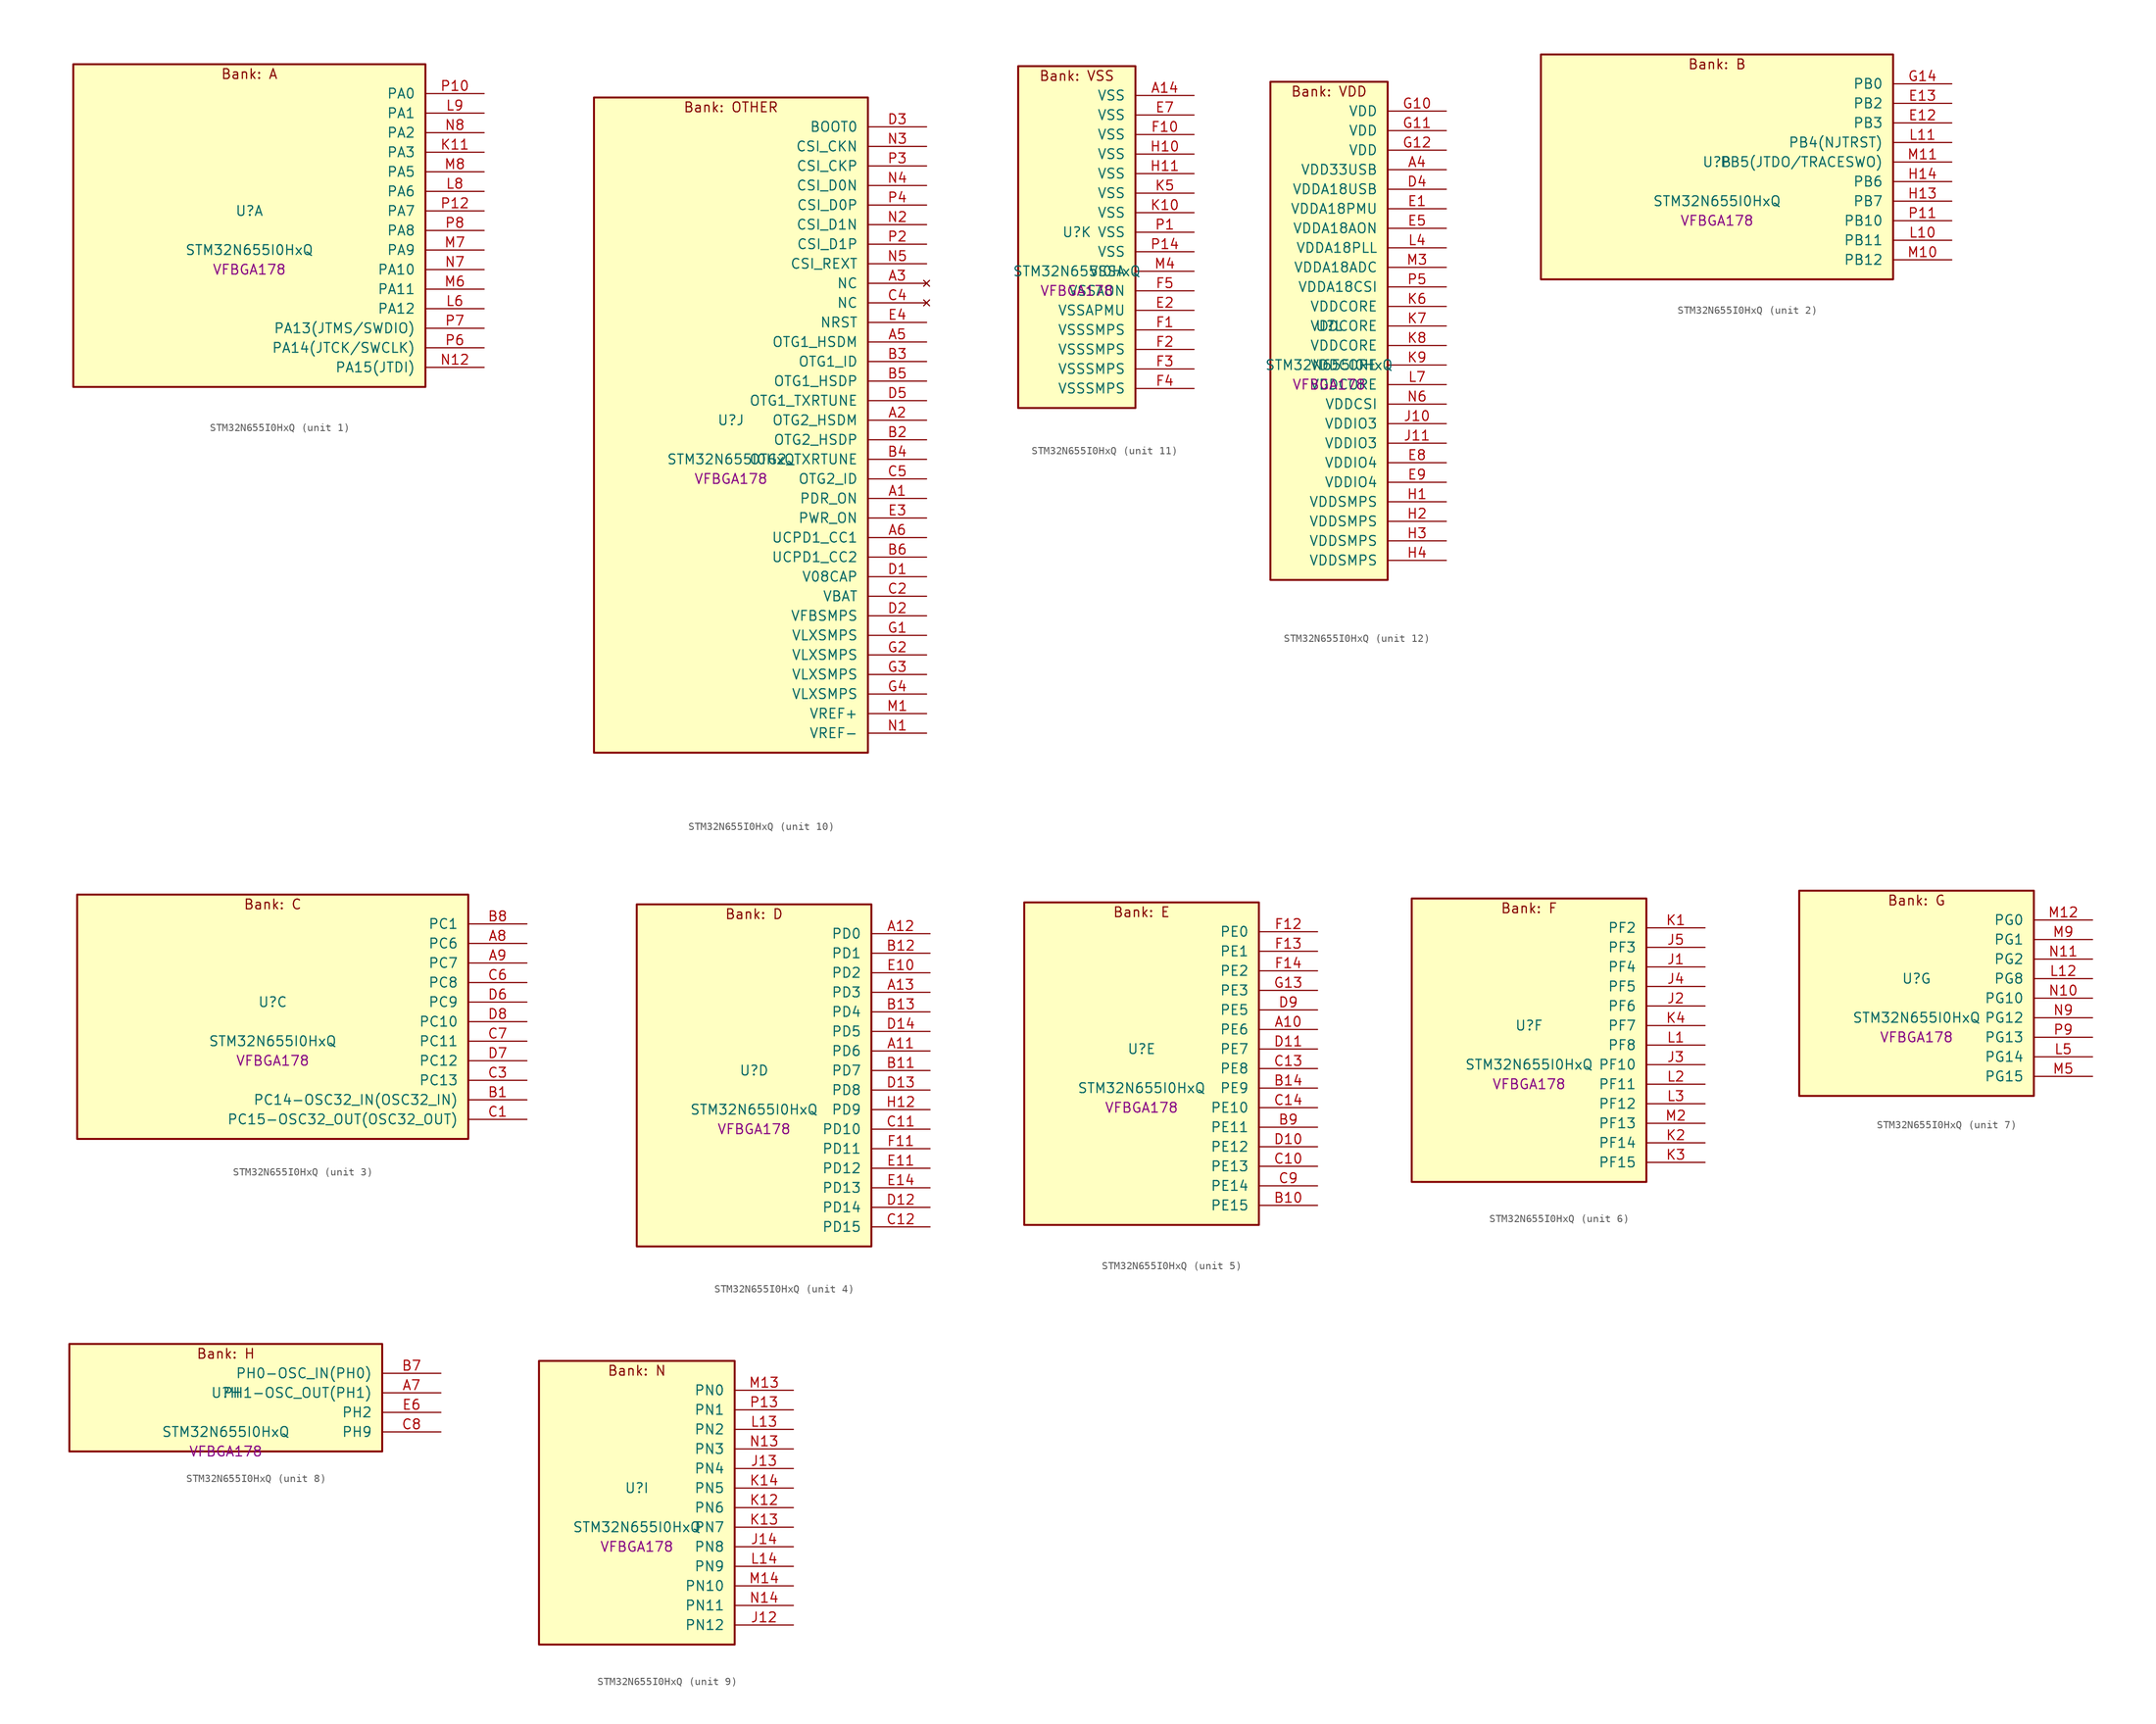
<source format=kicad_sym>
(kicad_symbol_lib
  (version 20241209)
  (generator "stm32_pkl_generator")
  (generator_version "1.0")
  (symbol "STM32N655I0HxQ"
    (pin_names
      (offset 1.27))
    (property "Reference" "U"
      (at 0 2.54 0))
    (property "Value" "STM32N655I0HxQ"
      (at 0 -2.54 0))
    (property "Footprint" "VFBGA178"
      (at 0 -5.08 0))
    (symbol "STM32N655I0HxQ_1_1"
      (rectangle (start -22.86 21.59) (end 22.86 -20.32) (stroke (width 0.254) (type solid)) (fill (type background)))
      (text "Bank: A" (at 0 20.32 0))
      (pin bidirectional line (at 30.48 17.78 180) (length 7.62) (name "PA0") (number "P10") (alternate "PA0/ADC1_INN1" bidirectional line) (alternate "PA0/ADC1_INP0" bidirectional line) (alternate "PA0/ADC2_INN1" bidirectional line) (alternate "PA0/ADC2_INP0" bidirectional line) (alternate "PA0/FMC_D7" bidirectional line) (alternate "PA0/FMC_DA7" bidirectional line) (alternate "PA0/HDP_HDP0" bidirectional line) (alternate "PA0/I2S6_WS" bidirectional line) (alternate "PA0/LTDC_G3" bidirectional line) (alternate "PA0/PWR_WKUP1" bidirectional line) (alternate "PA0/SAI2_SD_B" bidirectional line) (alternate "PA0/SPI6_NSS" bidirectional line) (alternate "PA0/TIM15_BKIN" bidirectional line) (alternate "PA0/TIM2_CH1" bidirectional line) (alternate "PA0/TIM5_CH1" bidirectional line) (alternate "PA0/TIM9_CH1" bidirectional line) (alternate "PA0/UART4_TX" bidirectional line) (alternate "PA0/USART2_CTS" bidirectional line) (alternate "PA0/USART2_NSS" bidirectional line))
      (pin bidirectional line (at 30.48 15.24 180) (length 7.62) (name "PA1") (number "L9") (alternate "PA1/ADC1_INP1" bidirectional line) (alternate "PA1/ADC2_INP1" bidirectional line) (alternate "PA1/DCMIPP_D0" bidirectional line) (alternate "PA1/DCMI_D0" bidirectional line) (alternate "PA1/FMC_D6" bidirectional line) (alternate "PA1/FMC_DA6" bidirectional line) (alternate "PA1/HDP_HDP1" bidirectional line) (alternate "PA1/LPTIM3_IN1" bidirectional line) (alternate "PA1/LTDC_G2" bidirectional line) (alternate "PA1/PSSI_D0" bidirectional line) (alternate "PA1/SAI2_MCLK_B" bidirectional line) (alternate "PA1/TIM15_CH1N" bidirectional line) (alternate "PA1/TIM2_CH2" bidirectional line) (alternate "PA1/TIM5_CH2" bidirectional line) (alternate "PA1/UART4_RX" bidirectional line) (alternate "PA1/USART2_RTS" bidirectional line))
      (pin bidirectional line (at 30.48 12.7 180) (length 7.62) (name "PA2") (number "N8") (alternate "PA2/ADC1_INP14" bidirectional line) (alternate "PA2/ADC2_INP14" bidirectional line) (alternate "PA2/FMC_D5" bidirectional line) (alternate "PA2/FMC_DA5" bidirectional line) (alternate "PA2/HDP_HDP2" bidirectional line) (alternate "PA2/LPTIM3_IN2" bidirectional line) (alternate "PA2/LTDC_B7" bidirectional line) (alternate "PA2/MDIOS_MDIO" bidirectional line) (alternate "PA2/PWR_WKUP2" bidirectional line) (alternate "PA2/SAI2_SCK_B" bidirectional line) (alternate "PA2/TIM15_CH1" bidirectional line) (alternate "PA2/TIM2_CH3" bidirectional line) (alternate "PA2/TIM5_CH3" bidirectional line) (alternate "PA2/USART2_TX" bidirectional line))
      (pin bidirectional line (at 30.48 10.16 180) (length 7.62) (name "PA3") (number "K11") (alternate "PA3/FMC_A17" bidirectional line) (alternate "PA3/FMC_ALE" bidirectional line) (alternate "PA3/SAI1_SD_B" bidirectional line) (alternate "PA3/SPI5_NSS" bidirectional line) (alternate "PA3/TIM16_CH1" bidirectional line) (alternate "PA3/UART7_RX" bidirectional line))
      (pin bidirectional line (at 30.48 7.62 180) (length 7.62) (name "PA5") (number "M8") (alternate "PA5/ADC2_INP18" bidirectional line) (alternate "PA5/DCMIPP_D8" bidirectional line) (alternate "PA5/DCMI_D8" bidirectional line) (alternate "PA5/FMC_NOE" bidirectional line) (alternate "PA5/HDP_HDP5" bidirectional line) (alternate "PA5/I2S1_CK" bidirectional line) (alternate "PA5/I2S6_CK" bidirectional line) (alternate "PA5/I3C1_SCL" bidirectional line) (alternate "PA5/LTDC_CLK" bidirectional line) (alternate "PA5/PSSI_D8" bidirectional line) (alternate "PA5/PWR_CSTOP" bidirectional line) (alternate "PA5/SPI1_SCK" bidirectional line) (alternate "PA5/SPI6_SCK" bidirectional line) (alternate "PA5/TIM10_CH1" bidirectional line) (alternate "PA5/TIM2_CH1" bidirectional line) (alternate "PA5/TIM2_ETR" bidirectional line) (alternate "PA5/TIM9_CH2" bidirectional line))
      (pin bidirectional line (at 30.48 5.08 180) (length 7.62) (name "PA6") (number "L8") (alternate "PA6/ADC1_INP3" bidirectional line) (alternate "PA6/ADC2_INP3" bidirectional line) (alternate "PA6/BOOT1" bidirectional line) (alternate "PA6/DCMIPP_PIXCLK" bidirectional line) (alternate "PA6/DCMI_PIXCLK" bidirectional line) (alternate "PA6/HDP_HDP6" bidirectional line) (alternate "PA6/I2S1_SDI" bidirectional line) (alternate "PA6/I2S6_SDI" bidirectional line) (alternate "PA6/I3C1_SDA" bidirectional line) (alternate "PA6/LPTIM3_ETR" bidirectional line) (alternate "PA6/LTDC_B7" bidirectional line) (alternate "PA6/LTDC_HSYNC" bidirectional line) (alternate "PA6/MDIOS_MDC" bidirectional line) (alternate "PA6/PSSI_PDCK" bidirectional line) (alternate "PA6/SPI1_MISO" bidirectional line) (alternate "PA6/SPI6_MISO" bidirectional line) (alternate "PA6/TIM13_CH1" bidirectional line) (alternate "PA6/TIM1_BKIN" bidirectional line) (alternate "PA6/TIM3_CH1" bidirectional line))
      (pin bidirectional line (at 30.48 2.54 180) (length 7.62) (name "PA7") (number "P12") (alternate "PA7/HDP_HDP7" bidirectional line) (alternate "PA7/I2S1_SDO" bidirectional line) (alternate "PA7/I2S6_SDO" bidirectional line) (alternate "PA7/LTDC_B1" bidirectional line) (alternate "PA7/LTDC_R4" bidirectional line) (alternate "PA7/SPI1_MOSI" bidirectional line) (alternate "PA7/SPI6_MOSI" bidirectional line) (alternate "PA7/TIM14_CH1" bidirectional line) (alternate "PA7/TIM1_CH1N" bidirectional line) (alternate "PA7/TIM3_CH2" bidirectional line) (alternate "PA7/USART1_RX" bidirectional line))
      (pin bidirectional line (at 30.48 0 180) (length 7.62) (name "PA8") (number "P8") (alternate "PA8/ADC1_INP5" bidirectional line) (alternate "PA8/ADC2_INP5" bidirectional line) (alternate "PA8/FMC_D4" bidirectional line) (alternate "PA8/FMC_DA4" bidirectional line) (alternate "PA8/HDP_HDP0" bidirectional line) (alternate "PA8/I2C3_SCL" bidirectional line) (alternate "PA8/I3C2_SCL" bidirectional line) (alternate "PA8/LTDC_B6" bidirectional line) (alternate "PA8/RCC_MCO_1" bidirectional line) (alternate "PA8/TIM11_CH1" bidirectional line) (alternate "PA8/TIM1_CH1" bidirectional line) (alternate "PA8/UART7_RX" bidirectional line) (alternate "PA8/USART1_CK" bidirectional line))
      (pin bidirectional line (at 30.48 -2.54 180) (length 7.62) (name "PA9") (number "M7") (alternate "PA9/ADC1_INP10" bidirectional line) (alternate "PA9/ADC2_INP10" bidirectional line) (alternate "PA9/DCMIPP_D0" bidirectional line) (alternate "PA9/DCMI_D0" bidirectional line) (alternate "PA9/FMC_D3" bidirectional line) (alternate "PA9/FMC_DA3" bidirectional line) (alternate "PA9/HDP_HDP1" bidirectional line) (alternate "PA9/I2C3_SDA" bidirectional line) (alternate "PA9/I2S2_CK" bidirectional line) (alternate "PA9/I3C2_SDA" bidirectional line) (alternate "PA9/LPUART1_TX" bidirectional line) (alternate "PA9/LTDC_B5" bidirectional line) (alternate "PA9/PSSI_D0" bidirectional line) (alternate "PA9/SPI2_SCK" bidirectional line) (alternate "PA9/TIM1_CH2" bidirectional line) (alternate "PA9/USART1_TX" bidirectional line))
      (pin bidirectional line (at 30.48 -5.08 180) (length 7.62) (name "PA10") (number "N7") (alternate "PA10/ADC1_INN10" bidirectional line) (alternate "PA10/ADC1_INP11" bidirectional line) (alternate "PA10/ADC2_INN10" bidirectional line) (alternate "PA10/ADC2_INP11" bidirectional line) (alternate "PA10/DCMIPP_D1" bidirectional line) (alternate "PA10/DCMI_D1" bidirectional line) (alternate "PA10/FMC_D2" bidirectional line) (alternate "PA10/FMC_DA2" bidirectional line) (alternate "PA10/HDP_HDP2" bidirectional line) (alternate "PA10/LPUART1_RX" bidirectional line) (alternate "PA10/LTDC_B4" bidirectional line) (alternate "PA10/MDIOS_MDIO" bidirectional line) (alternate "PA10/PSSI_D1" bidirectional line) (alternate "PA10/PWR_CSLEEP" bidirectional line) (alternate "PA10/TIM1_CH3" bidirectional line) (alternate "PA10/USART1_RX" bidirectional line))
      (pin bidirectional line (at 30.48 -7.62 180) (length 7.62) (name "PA11") (number "M6") (alternate "PA11/ADC1_EXTI11" bidirectional line) (alternate "PA11/ADC1_INN11" bidirectional line) (alternate "PA11/ADC1_INP12" bidirectional line) (alternate "PA11/ADC2_EXTI11" bidirectional line) (alternate "PA11/ADC2_INN11" bidirectional line) (alternate "PA11/ADC2_INP12" bidirectional line) (alternate "PA11/FDCAN1_RX" bidirectional line) (alternate "PA11/FMC_D1" bidirectional line) (alternate "PA11/FMC_DA1" bidirectional line) (alternate "PA11/HDP_HDP3" bidirectional line) (alternate "PA11/I2S2_WS" bidirectional line) (alternate "PA11/LPUART1_CTS" bidirectional line) (alternate "PA11/LTDC_B3" bidirectional line) (alternate "PA11/SPI2_NSS" bidirectional line) (alternate "PA11/TIM1_CH4" bidirectional line) (alternate "PA11/UART4_RX" bidirectional line) (alternate "PA11/USART1_CTS" bidirectional line) (alternate "PA11/USART1_NSS" bidirectional line))
      (pin bidirectional line (at 30.48 -10.16 180) (length 7.62) (name "PA12") (number "L6") (alternate "PA12/ADC1_INN12" bidirectional line) (alternate "PA12/ADC1_INP13" bidirectional line) (alternate "PA12/ADC2_INN12" bidirectional line) (alternate "PA12/ADC2_INP13" bidirectional line) (alternate "PA12/FDCAN1_TX" bidirectional line) (alternate "PA12/FMC_D0" bidirectional line) (alternate "PA12/FMC_DA0" bidirectional line) (alternate "PA12/HDP_HDP4" bidirectional line) (alternate "PA12/I2S2_CK" bidirectional line) (alternate "PA12/LPUART1_RTS" bidirectional line) (alternate "PA12/LTDC_B2" bidirectional line) (alternate "PA12/SAI2_FS_B" bidirectional line) (alternate "PA12/SPI2_SCK" bidirectional line) (alternate "PA12/TIM1_ETR" bidirectional line) (alternate "PA12/UART4_TX" bidirectional line) (alternate "PA12/USART1_RTS" bidirectional line))
      (pin bidirectional line (at 30.48 -12.7 180) (length 7.62) (name "PA13(JTMS/SWDIO)") (number "P7") (alternate "PA13(JTMS/SWDIO)/DEBUG_JTMS-SWDIO" bidirectional line) (alternate "PA13(JTMS/SWDIO)/HDP_HDP5" bidirectional line))
      (pin bidirectional line (at 30.48 -15.24 180) (length 7.62) (name "PA14(JTCK/SWCLK)") (number "P6") (alternate "PA14(JTCK/SWCLK)/DEBUG_JTCK-SWCLK" bidirectional line) (alternate "PA14(JTCK/SWCLK)/HDP_HDP6" bidirectional line))
      (pin bidirectional line (at 30.48 -17.78 180) (length 7.62) (name "PA15(JTDI)") (number "N12") (alternate "PA15(JTDI)/ADC1_EXTI15" bidirectional line) (alternate "PA15(JTDI)/ADC2_EXTI15" bidirectional line) (alternate "PA15(JTDI)/DEBUG_JTDI" bidirectional line) (alternate "PA15(JTDI)/FMC_D15" bidirectional line) (alternate "PA15(JTDI)/FMC_DA15" bidirectional line) (alternate "PA15(JTDI)/HDP_HDP7" bidirectional line) (alternate "PA15(JTDI)/I2S1_WS" bidirectional line) (alternate "PA15(JTDI)/I2S3_WS" bidirectional line) (alternate "PA15(JTDI)/I2S6_WS" bidirectional line) (alternate "PA15(JTDI)/LTDC_R5" bidirectional line) (alternate "PA15(JTDI)/SPI1_NSS" bidirectional line) (alternate "PA15(JTDI)/SPI3_NSS" bidirectional line) (alternate "PA15(JTDI)/SPI6_NSS" bidirectional line) (alternate "PA15(JTDI)/TIM2_CH1" bidirectional line) (alternate "PA15(JTDI)/TIM2_ETR" bidirectional line) (alternate "PA15(JTDI)/UART4_DE" bidirectional line) (alternate "PA15(JTDI)/UART4_RTS" bidirectional line) (alternate "PA15(JTDI)/UART7_TX" bidirectional line)))
    (symbol "STM32N655I0HxQ_2_1"
      (rectangle (start -22.86 16.51) (end 22.86 -12.7) (stroke (width 0.254) (type solid)) (fill (type background)))
      (text "Bank: B" (at 0 15.24 0))
      (pin bidirectional line (at 30.48 12.7 180) (length 7.62) (name "PB0") (number "G14") (alternate "PB0/ADF1_SDI0" bidirectional line) (alternate "PB0/DCMIPP_D4" bidirectional line) (alternate "PB0/DCMI_D4" bidirectional line) (alternate "PB0/DEBUG_TRACED1" bidirectional line) (alternate "PB0/FMC_D13" bidirectional line) (alternate "PB0/FMC_DA13" bidirectional line) (alternate "PB0/MDF1_SDI2" bidirectional line) (alternate "PB0/PSSI_D4" bidirectional line) (alternate "PB0/SAI1_D2" bidirectional line) (alternate "PB0/SAI1_FS_A" bidirectional line) (alternate "PB0/SPI4_NSS" bidirectional line) (alternate "PB0/TIM15_CH1N" bidirectional line) (alternate "PB0/TIM1_CH4" bidirectional line))
      (pin bidirectional line (at 30.48 10.16 180) (length 7.62) (name "PB2") (number "E13") (alternate "PB2/ADF1_SDI0" bidirectional line) (alternate "PB2/FMC_D2" bidirectional line) (alternate "PB2/FMC_DA2" bidirectional line) (alternate "PB2/HDP_HDP2" bidirectional line) (alternate "PB2/I2S3_SDO" bidirectional line) (alternate "PB2/LTDC_B2" bidirectional line) (alternate "PB2/MDF1_SDI1" bidirectional line) (alternate "PB2/RTC_OUT2" bidirectional line) (alternate "PB2/SAI1_D1" bidirectional line) (alternate "PB2/SAI1_SD_A" bidirectional line) (alternate "PB2/SPI3_MOSI" bidirectional line) (alternate "PB2/TIM1_CH1" bidirectional line))
      (pin bidirectional line (at 30.48 7.62 180) (length 7.62) (name "PB3") (number "E12") (alternate "PB3/DEBUG_JTDO-SWO" bidirectional line) (alternate "PB3/DEBUG_TRACECLK" bidirectional line) (alternate "PB3/FMC_A23" bidirectional line) (alternate "PB3/FMC_NBL1" bidirectional line) (alternate "PB3/GFXTIM_FCKCAL" bidirectional line) (alternate "PB3/GFXTIM_LCKCAL" bidirectional line) (alternate "PB3/HDP_HDP0" bidirectional line) (alternate "PB3/MDF1_CKI1" bidirectional line) (alternate "PB3/SAI2_FS_B" bidirectional line) (alternate "PB3/TIM1_CH4N" bidirectional line) (alternate "PB3/USART1_CK" bidirectional line))
      (pin bidirectional line (at 30.48 5.08 180) (length 7.62) (name "PB4(NJTRST)") (number "L11") (alternate "PB4(NJTRST)/DCMIPP_VSYNC" bidirectional line) (alternate "PB4(NJTRST)/DCMI_VSYNC" bidirectional line) (alternate "PB4(NJTRST)/DEBUG_NJTRST" bidirectional line) (alternate "PB4(NJTRST)/FMC_D13" bidirectional line) (alternate "PB4(NJTRST)/FMC_DA13" bidirectional line) (alternate "PB4(NJTRST)/HDP_HDP4" bidirectional line) (alternate "PB4(NJTRST)/I2S1_SDI" bidirectional line) (alternate "PB4(NJTRST)/I2S2_WS" bidirectional line) (alternate "PB4(NJTRST)/I2S3_SDI" bidirectional line) (alternate "PB4(NJTRST)/I2S6_SDI" bidirectional line) (alternate "PB4(NJTRST)/LTDC_R3" bidirectional line) (alternate "PB4(NJTRST)/PSSI_RDY" bidirectional line) (alternate "PB4(NJTRST)/SPI1_MISO" bidirectional line) (alternate "PB4(NJTRST)/SPI2_NSS" bidirectional line) (alternate "PB4(NJTRST)/SPI3_MISO" bidirectional line) (alternate "PB4(NJTRST)/SPI6_MISO" bidirectional line) (alternate "PB4(NJTRST)/TIM16_BKIN" bidirectional line) (alternate "PB4(NJTRST)/TIM3_CH1" bidirectional line) (alternate "PB4(NJTRST)/UART7_TX" bidirectional line))
      (pin bidirectional line (at 30.48 2.54 180) (length 7.62) (name "PB5(JTDO/TRACESWO)") (number "M11") (alternate "PB5(JTDO/TRACESWO)/DCMIPP_D10" bidirectional line) (alternate "PB5(JTDO/TRACESWO)/DCMI_D10" bidirectional line) (alternate "PB5(JTDO/TRACESWO)/DEBUG_JTDO-SWO" bidirectional line) (alternate "PB5(JTDO/TRACESWO)/FDCAN2_RX" bidirectional line) (alternate "PB5(JTDO/TRACESWO)/FMC_D12" bidirectional line) (alternate "PB5(JTDO/TRACESWO)/FMC_DA12" bidirectional line) (alternate "PB5(JTDO/TRACESWO)/HDP_HDP5" bidirectional line) (alternate "PB5(JTDO/TRACESWO)/I2C1_SMBA" bidirectional line) (alternate "PB5(JTDO/TRACESWO)/I2S1_SDO" bidirectional line) (alternate "PB5(JTDO/TRACESWO)/I2S3_SDO" bidirectional line) (alternate "PB5(JTDO/TRACESWO)/I2S6_SDO" bidirectional line) (alternate "PB5(JTDO/TRACESWO)/LTDC_R2" bidirectional line) (alternate "PB5(JTDO/TRACESWO)/PSSI_D10" bidirectional line) (alternate "PB5(JTDO/TRACESWO)/SPI1_MOSI" bidirectional line) (alternate "PB5(JTDO/TRACESWO)/SPI3_MOSI" bidirectional line) (alternate "PB5(JTDO/TRACESWO)/SPI6_MOSI" bidirectional line) (alternate "PB5(JTDO/TRACESWO)/TIM17_BKIN" bidirectional line) (alternate "PB5(JTDO/TRACESWO)/TIM3_CH2" bidirectional line) (alternate "PB5(JTDO/TRACESWO)/UART5_RX" bidirectional line))
      (pin bidirectional line (at 30.48 0 180) (length 7.62) (name "PB6") (number "H14") (alternate "PB6/ADF1_CCK1" bidirectional line) (alternate "PB6/DCMIPP_D6" bidirectional line) (alternate "PB6/DCMI_D6" bidirectional line) (alternate "PB6/DEBUG_TRACED2" bidirectional line) (alternate "PB6/FMC_D14" bidirectional line) (alternate "PB6/FMC_DA14" bidirectional line) (alternate "PB6/MDF1_CCK1" bidirectional line) (alternate "PB6/PSSI_D6" bidirectional line) (alternate "PB6/SAI1_CK2" bidirectional line) (alternate "PB6/SAI1_SCK_A" bidirectional line) (alternate "PB6/SPI4_MISO" bidirectional line) (alternate "PB6/TIM15_CH1" bidirectional line))
      (pin bidirectional line (at 30.48 -2.54 180) (length 7.62) (name "PB7") (number "H13") (alternate "PB7/ADF1_SDI0" bidirectional line) (alternate "PB7/DCMIPP_D7" bidirectional line) (alternate "PB7/DCMI_D7" bidirectional line) (alternate "PB7/DEBUG_TRACED3" bidirectional line) (alternate "PB7/FMC_D15" bidirectional line) (alternate "PB7/FMC_DA15" bidirectional line) (alternate "PB7/MDF1_SDI1" bidirectional line) (alternate "PB7/PSSI_D7" bidirectional line) (alternate "PB7/SAI1_D1" bidirectional line) (alternate "PB7/SAI1_SD_A" bidirectional line) (alternate "PB7/SAI2_MCLK_B" bidirectional line) (alternate "PB7/SPI4_MOSI" bidirectional line) (alternate "PB7/TIM15_CH2" bidirectional line) (alternate "PB7/TIM1_BKIN2" bidirectional line))
      (pin bidirectional line (at 30.48 -5.08 180) (length 7.62) (name "PB10") (number "P11") (alternate "PB10/ADC1_INN4" bidirectional line) (alternate "PB10/ADC1_INP8" bidirectional line) (alternate "PB10/ADC2_INN4" bidirectional line) (alternate "PB10/ADC2_INP8" bidirectional line) (alternate "PB10/FMC_D11" bidirectional line) (alternate "PB10/FMC_DA11" bidirectional line) (alternate "PB10/HDP_HDP2" bidirectional line) (alternate "PB10/I2C2_SCL" bidirectional line) (alternate "PB10/I2S2_CK" bidirectional line) (alternate "PB10/I3C2_SCL" bidirectional line) (alternate "PB10/LPTIM2_IN1" bidirectional line) (alternate "PB10/LTDC_G7" bidirectional line) (alternate "PB10/SPI2_SCK" bidirectional line) (alternate "PB10/TIM2_CH3" bidirectional line) (alternate "PB10/USART3_TX" bidirectional line))
      (pin bidirectional line (at 30.48 -7.62 180) (length 7.62) (name "PB11") (number "L10") (alternate "PB11/ADC1_EXTI11" bidirectional line) (alternate "PB11/ADC1_INP4" bidirectional line) (alternate "PB11/ADC2_EXTI11" bidirectional line) (alternate "PB11/ADC2_INP4" bidirectional line) (alternate "PB11/FMC_D10" bidirectional line) (alternate "PB11/FMC_DA10" bidirectional line) (alternate "PB11/HDP_HDP3" bidirectional line) (alternate "PB11/I2C2_SDA" bidirectional line) (alternate "PB11/I3C2_SDA" bidirectional line) (alternate "PB11/LPTIM2_ETR" bidirectional line) (alternate "PB11/LTDC_G6" bidirectional line) (alternate "PB11/TIM2_CH4" bidirectional line) (alternate "PB11/USART3_RX" bidirectional line))
      (pin bidirectional line (at 30.48 -10.16 180) (length 7.62) (name "PB12") (number "M10") (alternate "PB12/FDCAN2_RX" bidirectional line) (alternate "PB12/FMC_D9" bidirectional line) (alternate "PB12/FMC_DA9" bidirectional line) (alternate "PB12/HDP_HDP4" bidirectional line) (alternate "PB12/I2C2_SMBA" bidirectional line) (alternate "PB12/I2S2_WS" bidirectional line) (alternate "PB12/LPTIM2_IN2" bidirectional line) (alternate "PB12/LTDC_G5" bidirectional line) (alternate "PB12/SPI2_NSS" bidirectional line) (alternate "PB12/TIM1_BKIN" bidirectional line) (alternate "PB12/UART5_RX" bidirectional line) (alternate "PB12/USART3_CK" bidirectional line)))
    (symbol "STM32N655I0HxQ_3_1"
      (rectangle (start -25.4 16.51) (end 25.4 -15.24) (stroke (width 0.254) (type solid)) (fill (type background)))
      (text "Bank: C" (at 0 15.24 0))
      (pin bidirectional line (at 33.02 12.7 180) (length 7.62) (name "PC1") (number "B8") (alternate "PC1/DCMIPP_D7" bidirectional line) (alternate "PC1/DCMI_D7" bidirectional line) (alternate "PC1/FDCAN1_TX" bidirectional line) (alternate "PC1/HDP_HDP1" bidirectional line) (alternate "PC1/I2C1_SDA" bidirectional line) (alternate "PC1/I2S2_WS" bidirectional line) (alternate "PC1/I3C1_SDA" bidirectional line) (alternate "PC1/PSSI_D7" bidirectional line) (alternate "PC1/SDMMC1_CDIR" bidirectional line) (alternate "PC1/SDMMC1_D5" bidirectional line) (alternate "PC1/SPI2_NSS" bidirectional line) (alternate "PC1/TIM17_CH1" bidirectional line) (alternate "PC1/TIM4_CH4" bidirectional line) (alternate "PC1/UART4_TX" bidirectional line))
      (pin bidirectional line (at 33.02 10.16 180) (length 7.62) (name "PC6") (number "A8") (alternate "PC6/DCMIPP_D1" bidirectional line) (alternate "PC6/DCMI_D1" bidirectional line) (alternate "PC6/HDP_HDP6" bidirectional line) (alternate "PC6/I2S2_MCK" bidirectional line) (alternate "PC6/PSSI_D1" bidirectional line) (alternate "PC6/SDMMC1_D0DIR" bidirectional line) (alternate "PC6/SDMMC1_D6" bidirectional line) (alternate "PC6/TIM1_CH1" bidirectional line) (alternate "PC6/TIM3_CH1" bidirectional line) (alternate "PC6/TIM9_CH1" bidirectional line) (alternate "PC6/USART6_TX" bidirectional line))
      (pin bidirectional line (at 33.02 7.62 180) (length 7.62) (name "PC7") (number "A9") (alternate "PC7/DCMIPP_D1" bidirectional line) (alternate "PC7/DCMI_D1" bidirectional line) (alternate "PC7/DEBUG_TRGIO" bidirectional line) (alternate "PC7/HDP_HDP7" bidirectional line) (alternate "PC7/I2S3_MCK" bidirectional line) (alternate "PC7/PSSI_D1" bidirectional line) (alternate "PC7/SDMMC1_D123DIR" bidirectional line) (alternate "PC7/SDMMC1_D7" bidirectional line) (alternate "PC7/TIM16_CH1N" bidirectional line) (alternate "PC7/TIM3_CH2" bidirectional line) (alternate "PC7/TIM9_CH2" bidirectional line) (alternate "PC7/USART6_RX" bidirectional line))
      (pin bidirectional line (at 33.02 5.08 180) (length 7.62) (name "PC8") (number "C6") (alternate "PC8/DCMIPP_D2" bidirectional line) (alternate "PC8/DCMI_D2" bidirectional line) (alternate "PC8/DEBUG_TRACED1" bidirectional line) (alternate "PC8/FMC_NE4" bidirectional line) (alternate "PC8/HDP_HDP0" bidirectional line) (alternate "PC8/I2C3_SMBA" bidirectional line) (alternate "PC8/LTDC_B0" bidirectional line) (alternate "PC8/PSSI_D2" bidirectional line) (alternate "PC8/SDMMC1_D0" bidirectional line) (alternate "PC8/TIM3_CH3" bidirectional line) (alternate "PC8/UART5_DE" bidirectional line) (alternate "PC8/UART5_RTS" bidirectional line) (alternate "PC8/UCPD1_FRSTX1" bidirectional line) (alternate "PC8/USART6_CK" bidirectional line))
      (pin bidirectional line (at 33.02 2.54 180) (length 7.62) (name "PC9") (number "D6") (alternate "PC9/AUDIOCLK" bidirectional line) (alternate "PC9/DCMIPP_D3" bidirectional line) (alternate "PC9/DCMI_D3" bidirectional line) (alternate "PC9/HDP_HDP1" bidirectional line) (alternate "PC9/I2C3_SDA" bidirectional line) (alternate "PC9/LTDC_B3" bidirectional line) (alternate "PC9/PSSI_D3" bidirectional line) (alternate "PC9/RCC_MCO_2" bidirectional line) (alternate "PC9/SDMMC1_D1" bidirectional line) (alternate "PC9/TIM3_CH4" bidirectional line) (alternate "PC9/UART5_CTS" bidirectional line) (alternate "PC9/UCPD1_FRSTX2" bidirectional line) (alternate "PC9/USART6_RX" bidirectional line))
      (pin bidirectional line (at 33.02 0 180) (length 7.62) (name "PC10") (number "D8") (alternate "PC10/DCMIPP_D14" bidirectional line) (alternate "PC10/FMC_CLK" bidirectional line) (alternate "PC10/HDP_HDP2" bidirectional line) (alternate "PC10/I2C4_SCL" bidirectional line) (alternate "PC10/I2S3_CK" bidirectional line) (alternate "PC10/I3C2_SCL" bidirectional line) (alternate "PC10/PSSI_D14" bidirectional line) (alternate "PC10/SDMMC1_D2" bidirectional line) (alternate "PC10/SPI3_SCK" bidirectional line) (alternate "PC10/TIM1_BKIN" bidirectional line) (alternate "PC10/UART4_TX" bidirectional line) (alternate "PC10/USART3_TX" bidirectional line))
      (pin bidirectional line (at 33.02 -2.54 180) (length 7.62) (name "PC11") (number "C7") (alternate "PC11/ADC1_EXTI11" bidirectional line) (alternate "PC11/ADC2_EXTI11" bidirectional line) (alternate "PC11/DCMIPP_D4" bidirectional line) (alternate "PC11/DCMI_D4" bidirectional line) (alternate "PC11/HDP_HDP3" bidirectional line) (alternate "PC11/I2C4_SDA" bidirectional line) (alternate "PC11/I2S3_SDI" bidirectional line) (alternate "PC11/I3C2_SDA" bidirectional line) (alternate "PC11/PSSI_D4" bidirectional line) (alternate "PC11/SDMMC1_D3" bidirectional line) (alternate "PC11/SPI3_MISO" bidirectional line) (alternate "PC11/UART4_RX" bidirectional line) (alternate "PC11/USART3_RX" bidirectional line))
      (pin bidirectional line (at 33.02 -5.08 180) (length 7.62) (name "PC12") (number "D7") (alternate "PC12/DCMIPP_D9" bidirectional line) (alternate "PC12/DCMI_D9" bidirectional line) (alternate "PC12/DEBUG_TRACED3" bidirectional line) (alternate "PC12/FMC_NL" bidirectional line) (alternate "PC12/HDP_HDP4" bidirectional line) (alternate "PC12/I2S3_SDO" bidirectional line) (alternate "PC12/I2S6_CK" bidirectional line) (alternate "PC12/PSSI_D9" bidirectional line) (alternate "PC12/SDMMC1_CK" bidirectional line) (alternate "PC12/SPI3_MOSI" bidirectional line) (alternate "PC12/SPI6_SCK" bidirectional line) (alternate "PC12/TIM15_CH1" bidirectional line) (alternate "PC12/TIM1_CH4" bidirectional line) (alternate "PC12/UART5_TX" bidirectional line) (alternate "PC12/USART3_CK" bidirectional line))
      (pin bidirectional line (at 33.02 -7.62 180) (length 7.62) (name "PC13") (number "C3") (alternate "PC13/HDP_HDP5" bidirectional line) (alternate "PC13/PWR_WKUP3" bidirectional line) (alternate "PC13/RTC_OUT1" bidirectional line) (alternate "PC13/RTC_TS" bidirectional line) (alternate "PC13/TAMP_IN1" bidirectional line) (alternate "PC13/TAMP_OUT2" bidirectional line))
      (pin bidirectional line (at 33.02 -10.16 180) (length 7.62) (name "PC14-OSC32_IN(OSC32_IN)") (number "B1") (alternate "PC14-OSC32_IN(OSC32_IN)/RCC_OSC32_IN" bidirectional line))
      (pin bidirectional line (at 33.02 -12.7 180) (length 7.62) (name "PC15-OSC32_OUT(OSC32_OUT)") (number "C1") (alternate "PC15-OSC32_OUT(OSC32_OUT)/ADC1_EXTI15" bidirectional line) (alternate "PC15-OSC32_OUT(OSC32_OUT)/ADC2_EXTI15" bidirectional line) (alternate "PC15-OSC32_OUT(OSC32_OUT)/RCC_OSC32_OUT" bidirectional line)))
    (symbol "STM32N655I0HxQ_4_1"
      (rectangle (start -15.24 24.13) (end 15.24 -20.32) (stroke (width 0.254) (type solid)) (fill (type background)))
      (text "Bank: D" (at 0 22.86 0))
      (pin bidirectional line (at 22.86 20.32 180) (length 7.62) (name "PD0") (number "A12") (alternate "PD0/DCMIPP_HSYNC" bidirectional line) (alternate "PD0/DCMI_HSYNC" bidirectional line) (alternate "PD0/FDCAN1_RX" bidirectional line) (alternate "PD0/FMC_A6" bidirectional line) (alternate "PD0/FMC_A22" bidirectional line) (alternate "PD0/PSSI_DE" bidirectional line) (alternate "PD0/TIM1_ETR" bidirectional line) (alternate "PD0/UART4_RX" bidirectional line) (alternate "PD0/UART9_CTS" bidirectional line))
      (pin bidirectional line (at 22.86 17.78 180) (length 7.62) (name "PD1") (number "B12") (alternate "PD1/ETH1_MDC" bidirectional line) (alternate "PD1/FDCAN1_TX" bidirectional line) (alternate "PD1/FMC_A7" bidirectional line) (alternate "PD1/FMC_A23" bidirectional line) (alternate "PD1/UART4_TX" bidirectional line))
      (pin bidirectional line (at 22.86 15.24 180) (length 7.62) (name "PD2") (number "E10") (alternate "PD2/ADF1_SDI0" bidirectional line) (alternate "PD2/DEBUG_TRACED0" bidirectional line) (alternate "PD2/FMC_A0" bidirectional line) (alternate "PD2/FMC_A16" bidirectional line) (alternate "PD2/FMC_CLE" bidirectional line) (alternate "PD2/HDP_HDP1" bidirectional line) (alternate "PD2/I2S2_SDO" bidirectional line) (alternate "PD2/MDF1_SDI1" bidirectional line) (alternate "PD2/MDIOS_MDC" bidirectional line) (alternate "PD2/PWR_WKUP4" bidirectional line) (alternate "PD2/SAI1_D1" bidirectional line) (alternate "PD2/SAI1_SD_A" bidirectional line) (alternate "PD2/SPI2_MOSI" bidirectional line) (alternate "PD2/TIM15_CH1N" bidirectional line) (alternate "PD2/TIM1_CH3" bidirectional line))
      (pin bidirectional line (at 22.86 12.7 180) (length 7.62) (name "PD3") (number "A13") (alternate "PD3/DCMIPP_D14" bidirectional line) (alternate "PD3/ETH1_PHY_INTN" bidirectional line) (alternate "PD3/FMC_A10" bidirectional line) (alternate "PD3/I2C2_SMBA" bidirectional line) (alternate "PD3/PSSI_D14" bidirectional line) (alternate "PD3/USART6_CTS" bidirectional line))
      (pin bidirectional line (at 22.86 10.16 180) (length 7.62) (name "PD4") (number "B13") (alternate "PD4/DCMIPP_D9" bidirectional line) (alternate "PD4/DCMI_D9" bidirectional line) (alternate "PD4/FMC_A11" bidirectional line) (alternate "PD4/I2C2_SDA" bidirectional line) (alternate "PD4/PSSI_D9" bidirectional line) (alternate "PD4/SPI5_MISO" bidirectional line) (alternate "PD4/TAMP_IN7" bidirectional line) (alternate "PD4/TAMP_OUT8" bidirectional line) (alternate "PD4/TIM1_BKIN2" bidirectional line) (alternate "PD4/USART6_RTS" bidirectional line))
      (pin bidirectional line (at 22.86 7.62 180) (length 7.62) (name "PD5") (number "D14") (alternate "PD5/DCMIPP_PIXCLK" bidirectional line) (alternate "PD5/DCMI_PIXCLK" bidirectional line) (alternate "PD5/FMC_D6" bidirectional line) (alternate "PD5/FMC_DA6" bidirectional line) (alternate "PD5/PSSI_PDCK" bidirectional line) (alternate "PD5/TIM1_CH4N" bidirectional line) (alternate "PD5/USART2_TX" bidirectional line))
      (pin bidirectional line (at 22.86 5.08 180) (length 7.62) (name "PD6") (number "A11") (alternate "PD6/FMC_A1" bidirectional line) (alternate "PD6/FMC_A17" bidirectional line) (alternate "PD6/FMC_ALE" bidirectional line) (alternate "PD6/HDP_HDP2" bidirectional line) (alternate "PD6/I2S2_SDI" bidirectional line) (alternate "PD6/SPI2_MISO" bidirectional line) (alternate "PD6/TIM15_CH2" bidirectional line) (alternate "PD6/TIM1_CH1" bidirectional line))
      (pin bidirectional line (at 22.86 2.54 180) (length 7.62) (name "PD7") (number "B11") (alternate "PD7/DCMIPP_D0" bidirectional line) (alternate "PD7/DCMI_D0" bidirectional line) (alternate "PD7/FMC_A2" bidirectional line) (alternate "PD7/FMC_A18" bidirectional line) (alternate "PD7/HDP_HDP3" bidirectional line) (alternate "PD7/I2S2_SDO" bidirectional line) (alternate "PD7/I2S3_WS" bidirectional line) (alternate "PD7/PSSI_D0" bidirectional line) (alternate "PD7/SPI2_MOSI" bidirectional line) (alternate "PD7/SPI3_NSS" bidirectional line) (alternate "PD7/TIM15_CH1N" bidirectional line) (alternate "PD7/TIM1_CH2" bidirectional line))
      (pin bidirectional line (at 22.86 0 180) (length 7.62) (name "PD8") (number "D13") (alternate "PD8/DCMIPP_D11" bidirectional line) (alternate "PD8/DCMI_D11" bidirectional line) (alternate "PD8/FMC_NBL0" bidirectional line) (alternate "PD8/LTDC_R7" bidirectional line) (alternate "PD8/PSSI_D11" bidirectional line) (alternate "PD8/TAMP_IN3" bidirectional line) (alternate "PD8/TAMP_OUT4" bidirectional line) (alternate "PD8/USART3_TX" bidirectional line))
      (pin bidirectional line (at 22.86 -2.54 180) (length 7.62) (name "PD9") (number "H12") (alternate "PD9/DCMIPP_D11" bidirectional line) (alternate "PD9/DCMI_D11" bidirectional line) (alternate "PD9/FMC_SDCLK" bidirectional line) (alternate "PD9/LTDC_R1" bidirectional line) (alternate "PD9/PSSI_D11" bidirectional line) (alternate "PD9/TAMP_IN5" bidirectional line) (alternate "PD9/TAMP_OUT6" bidirectional line) (alternate "PD9/USART3_RX" bidirectional line))
      (pin bidirectional line (at 22.86 -5.08 180) (length 7.62) (name "PD10") (number "C11") (alternate "PD10/DEBUG_TRACECLK" bidirectional line) (alternate "PD10/FMC_A3" bidirectional line) (alternate "PD10/FMC_A19" bidirectional line) (alternate "PD10/GFXTIM_TE" bidirectional line) (alternate "PD10/HDP_HDP4" bidirectional line) (alternate "PD10/I2S1_MCK" bidirectional line) (alternate "PD10/MDF1_CKI3" bidirectional line) (alternate "PD10/SAI2_FS_B" bidirectional line) (alternate "PD10/TIM1_ETR" bidirectional line) (alternate "PD10/UCPD1_FRSTX1" bidirectional line))
      (pin bidirectional line (at 22.86 -7.62 180) (length 7.62) (name "PD11") (number "F11") (alternate "PD11/ADC1_EXTI11" bidirectional line) (alternate "PD11/ADC2_EXTI11" bidirectional line) (alternate "PD11/DCMIPP_D15" bidirectional line) (alternate "PD11/FMC_D8" bidirectional line) (alternate "PD11/FMC_DA8" bidirectional line) (alternate "PD11/I2C4_SDA" bidirectional line) (alternate "PD11/I2S2_SDI" bidirectional line) (alternate "PD11/PSSI_D15" bidirectional line) (alternate "PD11/SDMMC1_D0" bidirectional line) (alternate "PD11/SPI2_MISO" bidirectional line) (alternate "PD11/UCPD1_FRSTX1" bidirectional line))
      (pin bidirectional line (at 22.86 -10.16 180) (length 7.62) (name "PD12") (number "E11") (alternate "PD12/DCMIPP_D12" bidirectional line) (alternate "PD12/DCMI_D12" bidirectional line) (alternate "PD12/ETH1_MDIO" bidirectional line) (alternate "PD12/FMC_A5" bidirectional line) (alternate "PD12/FMC_A21" bidirectional line) (alternate "PD12/HDP_HDP5" bidirectional line) (alternate "PD12/MDF1_SDI3" bidirectional line) (alternate "PD12/PSSI_D12" bidirectional line) (alternate "PD12/SAI1_D3" bidirectional line) (alternate "PD12/UCPD1_FRSTX2" bidirectional line))
      (pin bidirectional line (at 22.86 -12.7 180) (length 7.62) (name "PD13") (number "E14") (alternate "PD13/DCMIPP_D13" bidirectional line) (alternate "PD13/DCMI_D13" bidirectional line) (alternate "PD13/FMC_D4" bidirectional line) (alternate "PD13/FMC_DA4" bidirectional line) (alternate "PD13/LTDC_R6" bidirectional line) (alternate "PD13/PSSI_D13" bidirectional line) (alternate "PD13/SAI2_SCK_A" bidirectional line) (alternate "PD13/TIM4_CH2" bidirectional line) (alternate "PD13/UART9_RTS" bidirectional line) (alternate "PD13/UCPD1_FRSTX2" bidirectional line))
      (pin bidirectional line (at 22.86 -15.24 180) (length 7.62) (name "PD14") (number "D12") (alternate "PD14/FMC_A9" bidirectional line) (alternate "PD14/I2C2_SCL" bidirectional line))
      (pin bidirectional line (at 22.86 -17.78 180) (length 7.62) (name "PD15") (number "C12") (alternate "PD15/ADC1_EXTI15" bidirectional line) (alternate "PD15/ADC2_EXTI15" bidirectional line) (alternate "PD15/FMC_A8" bidirectional line) (alternate "PD15/I2C2_SDA" bidirectional line) (alternate "PD15/LTDC_R2" bidirectional line)))
    (symbol "STM32N655I0HxQ_5_1"
      (rectangle (start -15.24 21.59) (end 15.24 -20.32) (stroke (width 0.254) (type solid)) (fill (type background)))
      (text "Bank: E" (at 0 20.32 0))
      (pin bidirectional line (at 22.86 17.78 180) (length 7.62) (name "PE0") (number "F12") (alternate "PE0/DCMIPP_D2" bidirectional line) (alternate "PE0/DCMI_D2" bidirectional line) (alternate "PE0/FMC_D9" bidirectional line) (alternate "PE0/FMC_DA9" bidirectional line) (alternate "PE0/LPTIM2_ETR" bidirectional line) (alternate "PE0/PSSI_D2" bidirectional line) (alternate "PE0/SAI2_MCLK_A" bidirectional line) (alternate "PE0/TAMP_IN6" bidirectional line) (alternate "PE0/TAMP_OUT5" bidirectional line) (alternate "PE0/TIM4_ETR" bidirectional line) (alternate "PE0/USART3_RX" bidirectional line))
      (pin bidirectional line (at 22.86 15.24 180) (length 7.62) (name "PE1") (number "F13") (alternate "PE1/DCMIPP_D8" bidirectional line) (alternate "PE1/DCMI_D8" bidirectional line) (alternate "PE1/FMC_D10" bidirectional line) (alternate "PE1/FMC_DA10" bidirectional line) (alternate "PE1/LPTIM2_CH2" bidirectional line) (alternate "PE1/PSSI_D8" bidirectional line) (alternate "PE1/USART3_TX" bidirectional line))
      (pin bidirectional line (at 22.86 12.7 180) (length 7.62) (name "PE2") (number "F14") (alternate "PE2/ADF1_CCK0" bidirectional line) (alternate "PE2/DEBUG_TRACECLK" bidirectional line) (alternate "PE2/FMC_D11" bidirectional line) (alternate "PE2/FMC_DA11" bidirectional line) (alternate "PE2/MDF1_CCK0" bidirectional line) (alternate "PE2/SAI1_CK1" bidirectional line) (alternate "PE2/SAI1_MCLK_A" bidirectional line) (alternate "PE2/SPI4_SCK" bidirectional line) (alternate "PE2/TIM1_CH2N" bidirectional line) (alternate "PE2/UCPD1_FRSTX1" bidirectional line))
      (pin bidirectional line (at 22.86 10.16 180) (length 7.62) (name "PE3") (number "G13") (alternate "PE3/DEBUG_TRACED0" bidirectional line) (alternate "PE3/FMC_D12" bidirectional line) (alternate "PE3/FMC_DA12" bidirectional line) (alternate "PE3/MDF1_CKI2" bidirectional line) (alternate "PE3/SAI1_SD_B" bidirectional line) (alternate "PE3/TIM15_BKIN" bidirectional line))
      (pin bidirectional line (at 22.86 7.62 180) (length 7.62) (name "PE5") (number "D9") (alternate "PE5/DCMIPP_D5" bidirectional line) (alternate "PE5/DCMI_D5" bidirectional line) (alternate "PE5/FDCAN2_TX" bidirectional line) (alternate "PE5/FMC_SDNE1" bidirectional line) (alternate "PE5/HDP_HDP6" bidirectional line) (alternate "PE5/I2C1_SCL" bidirectional line) (alternate "PE5/I3C1_SCL" bidirectional line) (alternate "PE5/LPUART1_TX" bidirectional line) (alternate "PE5/PSSI_D5" bidirectional line) (alternate "PE5/TIM16_CH1N" bidirectional line) (alternate "PE5/TIM4_CH1" bidirectional line) (alternate "PE5/UART5_TX" bidirectional line) (alternate "PE5/USART1_TX" bidirectional line))
      (pin bidirectional line (at 22.86 5.08 180) (length 7.62) (name "PE6") (number "A10") (alternate "PE6/DCMIPP_D1" bidirectional line) (alternate "PE6/DCMIPP_VSYNC" bidirectional line) (alternate "PE6/DCMI_D1" bidirectional line) (alternate "PE6/DCMI_VSYNC" bidirectional line) (alternate "PE6/FMC_SDCKE1" bidirectional line) (alternate "PE6/HDP_HDP7" bidirectional line) (alternate "PE6/I2C1_SDA" bidirectional line) (alternate "PE6/I3C1_SDA" bidirectional line) (alternate "PE6/LPUART1_RX" bidirectional line) (alternate "PE6/PSSI_D1" bidirectional line) (alternate "PE6/PSSI_RDY" bidirectional line) (alternate "PE6/TIM17_CH1N" bidirectional line) (alternate "PE6/TIM4_CH2" bidirectional line) (alternate "PE6/UART5_TX" bidirectional line) (alternate "PE6/USART1_RX" bidirectional line))
      (pin bidirectional line (at 22.86 2.54 180) (length 7.62) (name "PE7") (number "D11") (alternate "PE7/FMC_A4" bidirectional line) (alternate "PE7/FMC_A20" bidirectional line) (alternate "PE7/MDF1_CKI0" bidirectional line) (alternate "PE7/SAI2_SD_B" bidirectional line) (alternate "PE7/TIM1_ETR" bidirectional line) (alternate "PE7/UART7_RX" bidirectional line))
      (pin bidirectional line (at 22.86 0 180) (length 7.62) (name "PE8") (number "C13") (alternate "PE8/DCMIPP_D4" bidirectional line) (alternate "PE8/DCMI_D4" bidirectional line) (alternate "PE8/FMC_A12" bidirectional line) (alternate "PE8/MDF1_SDI0" bidirectional line) (alternate "PE8/PSSI_D4" bidirectional line) (alternate "PE8/TIM1_CH1N" bidirectional line) (alternate "PE8/UART7_TX" bidirectional line) (alternate "PE8/USART3_TX" bidirectional line))
      (pin bidirectional line (at 22.86 -2.54 180) (length 7.62) (name "PE9") (number "B14") (alternate "PE9/FMC_A14" bidirectional line) (alternate "PE9/FMC_BA0" bidirectional line) (alternate "PE9/MDF1_CKI4" bidirectional line) (alternate "PE9/TIM1_CH1" bidirectional line) (alternate "PE9/UART7_RTS" bidirectional line))
      (pin bidirectional line (at 22.86 -5.08 180) (length 7.62) (name "PE10") (number "C14") (alternate "PE10/DCMIPP_D3" bidirectional line) (alternate "PE10/DCMI_D3" bidirectional line) (alternate "PE10/DEBUG_TRACECLK" bidirectional line) (alternate "PE10/FMC_A15" bidirectional line) (alternate "PE10/FMC_BA1" bidirectional line) (alternate "PE10/MDF1_SDI4" bidirectional line) (alternate "PE10/PSSI_D3" bidirectional line) (alternate "PE10/TIM1_CH2N" bidirectional line) (alternate "PE10/UART7_CTS" bidirectional line) (alternate "PE10/USART3_RX" bidirectional line))
      (pin bidirectional line (at 22.86 -7.62 180) (length 7.62) (name "PE11") (number "B9") (alternate "PE11/ADC1_EXTI11" bidirectional line) (alternate "PE11/ADC2_EXTI11" bidirectional line) (alternate "PE11/FDCAN3_TX" bidirectional line) (alternate "PE11/FMC_SDNWE" bidirectional line) (alternate "PE11/LTDC_VSYNC" bidirectional line) (alternate "PE11/MDF1_CKI5" bidirectional line) (alternate "PE11/SAI2_SD_B" bidirectional line) (alternate "PE11/SPI4_NSS" bidirectional line) (alternate "PE11/TIM1_CH2" bidirectional line))
      (pin bidirectional line (at 22.86 -10.16 180) (length 7.62) (name "PE12") (number "D10") (alternate "PE12/FDCAN3_RX" bidirectional line) (alternate "PE12/FMC_SDNRAS" bidirectional line) (alternate "PE12/MDF1_SDI5" bidirectional line) (alternate "PE12/SAI2_SCK_B" bidirectional line) (alternate "PE12/SPI4_SCK" bidirectional line) (alternate "PE12/TIM1_CH3N" bidirectional line))
      (pin bidirectional line (at 22.86 -12.7 180) (length 7.62) (name "PE13") (number "C10") (alternate "PE13/ADF1_CCK0" bidirectional line) (alternate "PE13/FMC_SDNCAS" bidirectional line) (alternate "PE13/I2C4_SCL" bidirectional line) (alternate "PE13/SAI2_FS_B" bidirectional line) (alternate "PE13/SPI4_MISO" bidirectional line) (alternate "PE13/TIM1_CH3" bidirectional line))
      (pin bidirectional line (at 22.86 -15.24 180) (length 7.62) (name "PE14") (number "C9") (alternate "PE14/ADF1_CCK1" bidirectional line) (alternate "PE14/FMC_NWE" bidirectional line) (alternate "PE14/FMC_SDNE0" bidirectional line) (alternate "PE14/GFXTIM_FCKCAL" bidirectional line) (alternate "PE14/GFXTIM_LCKCAL" bidirectional line) (alternate "PE14/I2C4_SDA" bidirectional line) (alternate "PE14/SAI2_MCLK_B" bidirectional line) (alternate "PE14/SPI4_MOSI" bidirectional line) (alternate "PE14/TIM1_CH4" bidirectional line))
      (pin bidirectional line (at 22.86 -17.78 180) (length 7.62) (name "PE15") (number "B10") (alternate "PE15/ADC1_EXTI15" bidirectional line) (alternate "PE15/ADC2_EXTI15" bidirectional line) (alternate "PE15/FMC_SDCKE0" bidirectional line) (alternate "PE15/GFXTIM_FCKCAL" bidirectional line) (alternate "PE15/GFXTIM_LCKCAL" bidirectional line) (alternate "PE15/I2C4_SMBA" bidirectional line) (alternate "PE15/SDMMC1_D0" bidirectional line) (alternate "PE15/SPI5_SCK" bidirectional line) (alternate "PE15/TIM1_BKIN" bidirectional line) (alternate "PE15/USART2_CK" bidirectional line)))
    (symbol "STM32N655I0HxQ_6_1"
      (rectangle (start -15.24 19.05) (end 15.24 -17.78) (stroke (width 0.254) (type solid)) (fill (type background)))
      (text "Bank: F" (at 0 17.78 0))
      (pin bidirectional line (at 22.86 15.24 180) (length 7.62) (name "PF2") (number "K1") (alternate "PF2/ETH1_RGMII_CLK125" bidirectional line) (alternate "PF2/FDCAN3_TX" bidirectional line) (alternate "PF2/FMC_NWAIT" bidirectional line) (alternate "PF2/I2S2_CK" bidirectional line) (alternate "PF2/LTDC_B1" bidirectional line) (alternate "PF2/SPI2_SCK" bidirectional line) (alternate "PF2/TIM1_CH3N" bidirectional line) (alternate "PF2/USART2_CTS" bidirectional line) (alternate "PF2/USART2_NSS" bidirectional line))
      (pin bidirectional line (at 22.86 12.7 180) (length 7.62) (name "PF3") (number "J5") (alternate "PF3/ADC1_INP16" bidirectional line) (alternate "PF3/DCMIPP_HSYNC" bidirectional line) (alternate "PF3/DCMI_HSYNC" bidirectional line) (alternate "PF3/ETH1_PPS_OUT" bidirectional line) (alternate "PF3/FDCAN3_RX" bidirectional line) (alternate "PF3/FMC_NL" bidirectional line) (alternate "PF3/LTDC_R4" bidirectional line) (alternate "PF3/PSSI_DE" bidirectional line) (alternate "PF3/USART2_RTS" bidirectional line))
      (pin bidirectional line (at 22.86 10.16 180) (length 7.62) (name "PF4") (number "J1") (alternate "PF4/ADC1_INP18" bidirectional line) (alternate "PF4/DCMIPP_HSYNC" bidirectional line) (alternate "PF4/DCMI_HSYNC" bidirectional line) (alternate "PF4/ETH1_MDIO" bidirectional line) (alternate "PF4/HDP_HDP4" bidirectional line) (alternate "PF4/I2S1_WS" bidirectional line) (alternate "PF4/I2S3_WS" bidirectional line) (alternate "PF4/I2S6_WS" bidirectional line) (alternate "PF4/LPTIM3_CH2" bidirectional line) (alternate "PF4/LTDC_R3" bidirectional line) (alternate "PF4/PSSI_DE" bidirectional line) (alternate "PF4/SPI1_NSS" bidirectional line) (alternate "PF4/SPI3_NSS" bidirectional line) (alternate "PF4/SPI6_NSS" bidirectional line) (alternate "PF4/TIM5_ETR" bidirectional line) (alternate "PF4/USART2_CK" bidirectional line))
      (pin bidirectional line (at 22.86 7.62 180) (length 7.62) (name "PF5") (number "J4") (alternate "PF5/DCMIPP_D6" bidirectional line) (alternate "PF5/DCMI_D6" bidirectional line) (alternate "PF5/ETH1_CLK" bidirectional line) (alternate "PF5/FMC_NE3" bidirectional line) (alternate "PF5/LPTIM2_IN2" bidirectional line) (alternate "PF5/LTDC_G0" bidirectional line) (alternate "PF5/PSSI_D6" bidirectional line) (alternate "PF5/SAI2_SD_A" bidirectional line) (alternate "PF5/TIM1_ETR" bidirectional line) (alternate "PF5/USART3_CTS" bidirectional line) (alternate "PF5/USART3_NSS" bidirectional line))
      (pin bidirectional line (at 22.86 5.08 180) (length 7.62) (name "PF6") (number "J2") (alternate "PF6/ADC1_INP15" bidirectional line) (alternate "PF6/ADC2_INP15" bidirectional line) (alternate "PF6/ETH1_MII_COL" bidirectional line) (alternate "PF6/GFXTIM_FCKCAL" bidirectional line) (alternate "PF6/GFXTIM_LCKCAL" bidirectional line) (alternate "PF6/HDP_HDP3" bidirectional line) (alternate "PF6/I2S6_MCK" bidirectional line) (alternate "PF6/LPTIM3_CH1" bidirectional line) (alternate "PF6/LTDC_DE" bidirectional line) (alternate "PF6/SPI1_RDY" bidirectional line) (alternate "PF6/SPI4_RDY" bidirectional line) (alternate "PF6/SPI5_RDY" bidirectional line) (alternate "PF6/TIM15_CH2" bidirectional line) (alternate "PF6/TIM1_CH3" bidirectional line) (alternate "PF6/TIM2_CH4" bidirectional line) (alternate "PF6/TIM5_CH4" bidirectional line) (alternate "PF6/USART2_RX" bidirectional line))
      (pin bidirectional line (at 22.86 2.54 180) (length 7.62) (name "PF7") (number "K4") (alternate "PF7/ADC1_INN5" bidirectional line) (alternate "PF7/ADC1_INP9" bidirectional line) (alternate "PF7/ADC2_INN5" bidirectional line) (alternate "PF7/ADC2_INP9" bidirectional line) (alternate "PF7/ETH1_MII_RX_CLK" bidirectional line) (alternate "PF7/ETH1_RGMII_RX_CLK" bidirectional line) (alternate "PF7/ETH1_RMII_REF_CLK" bidirectional line) (alternate "PF7/GFXTIM_TE" bidirectional line) (alternate "PF7/HDP_HDP0" bidirectional line) (alternate "PF7/I2S1_CK" bidirectional line) (alternate "PF7/LTDC_VSYNC" bidirectional line) (alternate "PF7/SPI1_SCK" bidirectional line) (alternate "PF7/TIM1_CH2N" bidirectional line) (alternate "PF7/TIM3_CH3" bidirectional line) (alternate "PF7/TIM9_CH1" bidirectional line) (alternate "PF7/UART4_CTS" bidirectional line))
      (pin bidirectional line (at 22.86 0 180) (length 7.62) (name "PF8") (number "L1") (alternate "PF8/DEBUG_TRACECLK" bidirectional line) (alternate "PF8/ETH1_MII_RXD2" bidirectional line) (alternate "PF8/ETH1_RGMII_RXD2" bidirectional line) (alternate "PF8/FMC_NWE" bidirectional line) (alternate "PF8/LTDC_R6" bidirectional line) (alternate "PF8/UART9_TX" bidirectional line))
      (pin bidirectional line (at 22.86 -2.54 180) (length 7.62) (name "PF10") (number "J3") (alternate "PF10/DCMIPP_D11" bidirectional line) (alternate "PF10/DCMIPP_D15" bidirectional line) (alternate "PF10/DCMI_D11" bidirectional line) (alternate "PF10/ETH1_MII_RX_DV" bidirectional line) (alternate "PF10/ETH1_RGMII_RX_CTL" bidirectional line) (alternate "PF10/ETH1_RMII_CRS_DV" bidirectional line) (alternate "PF10/LTDC_R1" bidirectional line) (alternate "PF10/MDF1_SDI3" bidirectional line) (alternate "PF10/PSSI_D11" bidirectional line) (alternate "PF10/PSSI_D15" bidirectional line) (alternate "PF10/SAI1_D3" bidirectional line) (alternate "PF10/TIM16_BKIN" bidirectional line) (alternate "PF10/UART7_RX" bidirectional line) (alternate "PF10/UCPD1_FRSTX1" bidirectional line))
      (pin bidirectional line (at 22.86 -5.08 180) (length 7.62) (name "PF11") (number "L2") (alternate "PF11/ADC1_EXTI11" bidirectional line) (alternate "PF11/ADC1_INP2" bidirectional line) (alternate "PF11/ADC2_EXTI11" bidirectional line) (alternate "PF11/DCMIPP_D15" bidirectional line) (alternate "PF11/ETH1_MII_TX_EN" bidirectional line) (alternate "PF11/ETH1_RGMII_TX_CTL" bidirectional line) (alternate "PF11/ETH1_RMII_TX_EN" bidirectional line) (alternate "PF11/LTDC_B0" bidirectional line) (alternate "PF11/PSSI_D15" bidirectional line) (alternate "PF11/SAI2_SD_B" bidirectional line) (alternate "PF11/SPI5_MOSI" bidirectional line))
      (pin bidirectional line (at 22.86 -7.62 180) (length 7.62) (name "PF12") (number "L3") (alternate "PF12/ADC1_INN2" bidirectional line) (alternate "PF12/ADC1_INP6" bidirectional line) (alternate "PF12/DCMIPP_D13" bidirectional line) (alternate "PF12/DCMI_D13" bidirectional line) (alternate "PF12/ETH1_MII_TXD0" bidirectional line) (alternate "PF12/ETH1_RGMII_TXD0" bidirectional line) (alternate "PF12/ETH1_RMII_TXD0" bidirectional line) (alternate "PF12/PSSI_D13" bidirectional line) (alternate "PF12/SPI5_MISO" bidirectional line) (alternate "PF12/USART1_RX" bidirectional line))
      (pin bidirectional line (at 22.86 -10.16 180) (length 7.62) (name "PF13") (number "M2") (alternate "PF13/ADC2_INP2" bidirectional line) (alternate "PF13/DCMIPP_D10" bidirectional line) (alternate "PF13/DCMI_D10" bidirectional line) (alternate "PF13/ETH1_MII_TXD1" bidirectional line) (alternate "PF13/ETH1_RGMII_TXD1" bidirectional line) (alternate "PF13/ETH1_RMII_TXD1" bidirectional line) (alternate "PF13/PSSI_D10" bidirectional line) (alternate "PF13/SPI5_NSS" bidirectional line) (alternate "PF13/USART1_TX" bidirectional line))
      (pin bidirectional line (at 22.86 -12.7 180) (length 7.62) (name "PF14") (number "K2") (alternate "PF14/ADC2_INN2" bidirectional line) (alternate "PF14/ADC2_INP6" bidirectional line) (alternate "PF14/ETH1_MII_RXD0" bidirectional line) (alternate "PF14/ETH1_RGMII_RXD0" bidirectional line) (alternate "PF14/ETH1_RMII_RXD0" bidirectional line) (alternate "PF14/LTDC_G0" bidirectional line) (alternate "PF14/SPI5_MOSI" bidirectional line) (alternate "PF14/TIM2_CH2" bidirectional line) (alternate "PF14/USART1_CTS" bidirectional line))
      (pin bidirectional line (at 22.86 -15.24 180) (length 7.62) (name "PF15") (number "K3") (alternate "PF15/ADC1_EXTI15" bidirectional line) (alternate "PF15/ADC2_EXTI15" bidirectional line) (alternate "PF15/ETH1_MII_RXD1" bidirectional line) (alternate "PF15/ETH1_RGMII_RXD1" bidirectional line) (alternate "PF15/ETH1_RMII_RXD1" bidirectional line) (alternate "PF15/LTDC_G1" bidirectional line) (alternate "PF15/SPI5_SCK" bidirectional line) (alternate "PF15/USART1_RTS" bidirectional line)))
    (symbol "STM32N655I0HxQ_7_1"
      (rectangle (start -15.24 13.97) (end 15.24 -12.7) (stroke (width 0.254) (type solid)) (fill (type background)))
      (text "Bank: G" (at 0 12.7 0))
      (pin bidirectional line (at 22.86 10.16 180) (length 7.62) (name "PG0") (number "M12") (alternate "PG0/ETH1_PHY_INTN" bidirectional line) (alternate "PG0/LTDC_R0" bidirectional line) (alternate "PG0/LTDC_VSYNC" bidirectional line) (alternate "PG0/TIM12_CH1" bidirectional line) (alternate "PG0/TIM1_CH4N" bidirectional line) (alternate "PG0/UART9_RX" bidirectional line))
      (pin bidirectional line (at 22.86 7.62 180) (length 7.62) (name "PG1") (number "M9") (alternate "PG1/DCMIPP_PIXCLK" bidirectional line) (alternate "PG1/DCMI_PIXCLK" bidirectional line) (alternate "PG1/FMC_A19" bidirectional line) (alternate "PG1/LTDC_G1" bidirectional line) (alternate "PG1/PSSI_PDCK" bidirectional line) (alternate "PG1/SAI1_SCK_B" bidirectional line) (alternate "PG1/SPI5_MISO" bidirectional line) (alternate "PG1/TIM13_CH1" bidirectional line) (alternate "PG1/TIM16_CH1N" bidirectional line) (alternate "PG1/UART7_RTS" bidirectional line))
      (pin bidirectional line (at 22.86 5.08 180) (length 7.62) (name "PG2") (number "N11") (alternate "PG2/DCMIPP_D6" bidirectional line) (alternate "PG2/DCMI_D6" bidirectional line) (alternate "PG2/FMC_A21" bidirectional line) (alternate "PG2/LTDC_R0" bidirectional line) (alternate "PG2/PSSI_D6" bidirectional line) (alternate "PG2/SAI1_FS_B" bidirectional line) (alternate "PG2/SAI2_MCLK_B" bidirectional line) (alternate "PG2/SPI5_MOSI" bidirectional line) (alternate "PG2/TIM14_CH1" bidirectional line) (alternate "PG2/TIM17_CH1N" bidirectional line) (alternate "PG2/UART7_CTS" bidirectional line) (alternate "PG2/USART3_RTS" bidirectional line))
      (pin bidirectional line (at 22.86 2.54 180) (length 7.62) (name "PG8") (number "L12") (alternate "PG8/FMC_A20" bidirectional line) (alternate "PG8/HDP_HDP7" bidirectional line) (alternate "PG8/I2S2_SDO" bidirectional line) (alternate "PG8/LTDC_G7" bidirectional line) (alternate "PG8/PWR_PVD_IN" bidirectional line) (alternate "PG8/RTC_REFIN" bidirectional line) (alternate "PG8/SAI1_SCK_B" bidirectional line) (alternate "PG8/SPI2_MOSI" bidirectional line) (alternate "PG8/TIM12_CH2" bidirectional line) (alternate "PG8/TIM1_CH3N" bidirectional line) (alternate "PG8/UART4_CTS" bidirectional line) (alternate "PG8/USART1_RX" bidirectional line))
      (pin bidirectional line (at 22.86 0 180) (length 7.62) (name "PG10") (number "N10") (alternate "PG10/DCMIPP_D2" bidirectional line) (alternate "PG10/DCMI_D2" bidirectional line) (alternate "PG10/FDCAN2_TX" bidirectional line) (alternate "PG10/FMC_A16" bidirectional line) (alternate "PG10/FMC_CLE" bidirectional line) (alternate "PG10/HDP_HDP5" bidirectional line) (alternate "PG10/I2S2_CK" bidirectional line) (alternate "PG10/LPTIM2_CH1" bidirectional line) (alternate "PG10/LTDC_G4" bidirectional line) (alternate "PG10/PSSI_D2" bidirectional line) (alternate "PG10/SPI2_SCK" bidirectional line) (alternate "PG10/TIM1_CH1N" bidirectional line) (alternate "PG10/UART5_TX" bidirectional line) (alternate "PG10/USART3_CTS" bidirectional line) (alternate "PG10/USART3_NSS" bidirectional line))
      (pin bidirectional line (at 22.86 -2.54 180) (length 7.62) (name "PG12") (number "N9") (alternate "PG12/FMC_A18" bidirectional line) (alternate "PG12/LTDC_G0" bidirectional line) (alternate "PG12/SAI1_MCLK_B" bidirectional line) (alternate "PG12/SPI5_SCK" bidirectional line) (alternate "PG12/TIM17_CH1" bidirectional line) (alternate "PG12/UART7_TX" bidirectional line))
      (pin bidirectional line (at 22.86 -5.08 180) (length 7.62) (name "PG13") (number "P9") (alternate "PG13/DCMIPP_D12" bidirectional line) (alternate "PG13/DCMI_D12" bidirectional line) (alternate "PG13/FMC_NE1" bidirectional line) (alternate "PG13/LPTIM2_IN1" bidirectional line) (alternate "PG13/LTDC_DE" bidirectional line) (alternate "PG13/PSSI_D12" bidirectional line) (alternate "PG13/SAI2_FS_A" bidirectional line) (alternate "PG13/TIM4_CH1" bidirectional line) (alternate "PG13/USART3_RTS" bidirectional line))
      (pin bidirectional line (at 22.86 -7.62 180) (length 7.62) (name "PG14") (number "L5") (alternate "PG14/DCMIPP_D11" bidirectional line) (alternate "PG14/DCMI_D11" bidirectional line) (alternate "PG14/DEBUG_TRACED1" bidirectional line) (alternate "PG14/FMC_NCE" bidirectional line) (alternate "PG14/FMC_NE2" bidirectional line) (alternate "PG14/I2S6_SDO" bidirectional line) (alternate "PG14/LTDC_B1" bidirectional line) (alternate "PG14/PSSI_D11" bidirectional line) (alternate "PG14/SPI6_MOSI" bidirectional line) (alternate "PG14/USART2_RTS" bidirectional line) (alternate "PG14/USART6_TX" bidirectional line))
      (pin bidirectional line (at 22.86 -10.16 180) (length 7.62) (name "PG15") (number "M5") (alternate "PG15/ADC1_EXTI15" bidirectional line) (alternate "PG15/ADC1_INN3" bidirectional line) (alternate "PG15/ADC1_INP7" bidirectional line) (alternate "PG15/ADC2_EXTI15" bidirectional line) (alternate "PG15/ADC2_INN3" bidirectional line) (alternate "PG15/ADC2_INP7" bidirectional line) (alternate "PG15/DCMIPP_D4" bidirectional line) (alternate "PG15/DCMI_D4" bidirectional line) (alternate "PG15/ETH1_MII_RX_CLK" bidirectional line) (alternate "PG15/ETH1_RMII_REF_CLK" bidirectional line) (alternate "PG15/FMC_CLK" bidirectional line) (alternate "PG15/LTDC_B0" bidirectional line) (alternate "PG15/PSSI_D4" bidirectional line) (alternate "PG15/SPI1_RDY" bidirectional line) (alternate "PG15/SPI4_RDY" bidirectional line) (alternate "PG15/SPI5_RDY" bidirectional line) (alternate "PG15/TIM1_CH4" bidirectional line) (alternate "PG15/USART3_CK" bidirectional line)))
    (symbol "STM32N655I0HxQ_8_1"
      (rectangle (start -20.32 8.89) (end 20.32 -5.08) (stroke (width 0.254) (type solid)) (fill (type background)))
      (text "Bank: H" (at 0 7.62 0))
      (pin bidirectional line (at 27.94 5.08 180) (length 7.62) (name "PH0-OSC_IN(PH0)") (number "B7") (alternate "PH0-OSC_IN(PH0)/RCC_OSC_IN" bidirectional line))
      (pin bidirectional line (at 27.94 2.54 180) (length 7.62) (name "PH1-OSC_OUT(PH1)") (number "A7") (alternate "PH1-OSC_OUT(PH1)/RCC_OSC_OUT" bidirectional line))
      (pin bidirectional line (at 27.94 0 180) (length 7.62) (name "PH2") (number "E6") (alternate "PH2/DCMIPP_D11" bidirectional line) (alternate "PH2/DCMI_D11" bidirectional line) (alternate "PH2/DEBUG_TRACED2" bidirectional line) (alternate "PH2/FDCAN1_TX" bidirectional line) (alternate "PH2/FMC_NE3" bidirectional line) (alternate "PH2/PSSI_D11" bidirectional line) (alternate "PH2/SDMMC1_CMD" bidirectional line) (alternate "PH2/TIM15_BKIN" bidirectional line) (alternate "PH2/TIM1_ETR" bidirectional line) (alternate "PH2/TIM3_ETR" bidirectional line) (alternate "PH2/UART5_RX" bidirectional line))
      (pin bidirectional line (at 27.94 -2.54 180) (length 7.62) (name "PH9") (number "C8") (alternate "PH9/DCMIPP_D6" bidirectional line) (alternate "PH9/DCMI_D6" bidirectional line) (alternate "PH9/FDCAN1_RX" bidirectional line) (alternate "PH9/FMC_D9" bidirectional line) (alternate "PH9/FMC_DA9" bidirectional line) (alternate "PH9/HDP_HDP0" bidirectional line) (alternate "PH9/I2C1_SCL" bidirectional line) (alternate "PH9/I3C1_SCL" bidirectional line) (alternate "PH9/PSSI_D6" bidirectional line) (alternate "PH9/SDMMC1_CKIN" bidirectional line) (alternate "PH9/SDMMC1_D4" bidirectional line) (alternate "PH9/TIM16_CH1" bidirectional line) (alternate "PH9/TIM4_CH3" bidirectional line) (alternate "PH9/UART4_RX" bidirectional line) (alternate "PH9/USART3_CK" bidirectional line)))
    (symbol "STM32N655I0HxQ_9_1"
      (rectangle (start -12.7 19.05) (end 12.7 -17.78) (stroke (width 0.254) (type solid)) (fill (type background)))
      (text "Bank: N" (at 0 17.78 0))
      (pin bidirectional line (at 20.32 15.24 180) (length 7.62) (name "PN0") (number "M13") (alternate "PN0/FMC_A25" bidirectional line) (alternate "PN0/XSPIM_P2_DQS0" bidirectional line))
      (pin bidirectional line (at 20.32 12.7 180) (length 7.62) (name "PN1") (number "P13") (alternate "PN1/FMC_A24" bidirectional line) (alternate "PN1/XSPIM_P2_NCS1" bidirectional line))
      (pin bidirectional line (at 20.32 10.16 180) (length 7.62) (name "PN2") (number "L13") (alternate "PN2/FMC_A23" bidirectional line) (alternate "PN2/XSPIM_P2_IO0" bidirectional line))
      (pin bidirectional line (at 20.32 7.62 180) (length 7.62) (name "PN3") (number "N13") (alternate "PN3/FMC_A22" bidirectional line) (alternate "PN3/XSPIM_P2_IO1" bidirectional line))
      (pin bidirectional line (at 20.32 5.08 180) (length 7.62) (name "PN4") (number "J13") (alternate "PN4/XSPIM_P2_IO2" bidirectional line))
      (pin bidirectional line (at 20.32 2.54 180) (length 7.62) (name "PN5") (number "K14") (alternate "PN5/XSPIM_P2_IO3" bidirectional line))
      (pin bidirectional line (at 20.32 0 180) (length 7.62) (name "PN6") (number "K12") (alternate "PN6/XSPIM_P2_CLK" bidirectional line))
      (pin bidirectional line (at 20.32 -2.54 180) (length 7.62) (name "PN7") (number "K13") (alternate "PN7/XSPIM_P2_NCLK" bidirectional line))
      (pin bidirectional line (at 20.32 -5.08 180) (length 7.62) (name "PN8") (number "J14") (alternate "PN8/XSPIM_P2_IO4" bidirectional line))
      (pin bidirectional line (at 20.32 -7.62 180) (length 7.62) (name "PN9") (number "L14") (alternate "PN9/DCMIPP_D5" bidirectional line) (alternate "PN9/DCMI_D5" bidirectional line) (alternate "PN9/PSSI_D5" bidirectional line) (alternate "PN9/XSPIM_P2_IO5" bidirectional line))
      (pin bidirectional line (at 20.32 -10.16 180) (length 7.62) (name "PN10") (number "M14") (alternate "PN10/LTDC_B4" bidirectional line) (alternate "PN10/XSPIM_P2_IO6" bidirectional line))
      (pin bidirectional line (at 20.32 -12.7 180) (length 7.62) (name "PN11") (number "N14") (alternate "PN11/ADC1_EXTI11" bidirectional line) (alternate "PN11/ADC2_EXTI11" bidirectional line) (alternate "PN11/LTDC_B6" bidirectional line) (alternate "PN11/XSPIM_P2_IO7" bidirectional line))
      (pin bidirectional line (at 20.32 -15.24 180) (length 7.62) (name "PN12") (number "J12") (alternate "PN12/XSPIM_P2_NCS2" bidirectional line)))
    (symbol "STM32N655I0HxQ_10_1"
      (rectangle (start -17.78 44.45) (end 17.78 -40.64) (stroke (width 0.254) (type solid)) (fill (type background)))
      (text "Bank: OTHER" (at 0 43.18 0))
      (pin input line (at 25.4 40.64 180) (length 7.62) (name "BOOT0") (number "D3"))
      (pin bidirectional line (at 25.4 38.1 180) (length 7.62) (name "CSI_CKN") (number "N3") (alternate "CSI_CKN/CSI_CKN" bidirectional line))
      (pin bidirectional line (at 25.4 35.56 180) (length 7.62) (name "CSI_CKP") (number "P3") (alternate "CSI_CKP/CSI_CKP" bidirectional line))
      (pin bidirectional line (at 25.4 33.02 180) (length 7.62) (name "CSI_D0N") (number "N4") (alternate "CSI_D0N/CSI_D0N" bidirectional line))
      (pin bidirectional line (at 25.4 30.48 180) (length 7.62) (name "CSI_D0P") (number "P4") (alternate "CSI_D0P/CSI_D0P" bidirectional line))
      (pin bidirectional line (at 25.4 27.94 180) (length 7.62) (name "CSI_D1N") (number "N2") (alternate "CSI_D1N/CSI_D1N" bidirectional line))
      (pin bidirectional line (at 25.4 25.4 180) (length 7.62) (name "CSI_D1P") (number "P2") (alternate "CSI_D1P/CSI_D1P" bidirectional line))
      (pin bidirectional line (at 25.4 22.86 180) (length 7.62) (name "CSI_REXT") (number "N5") (alternate "CSI_REXT/CSI_REXT" bidirectional line))
      (pin no_connect line (at 25.4 20.32 180) (length 7.62) (name "NC") (number "A3"))
      (pin no_connect line (at 25.4 17.78 180) (length 7.62) (name "NC") (number "C4"))
      (pin input line (at 25.4 15.24 180) (length 7.62) (name "NRST") (number "E4"))
      (pin bidirectional line (at 25.4 12.7 180) (length 7.62) (name "OTG1_HSDM") (number "A5") (alternate "OTG1_HSDM/USB1_OTG_HS_DM" bidirectional line))
      (pin bidirectional line (at 25.4 10.16 180) (length 7.62) (name "OTG1_ID") (number "B3") (alternate "OTG1_ID/USB1_OTG_HS_ID" bidirectional line))
      (pin bidirectional line (at 25.4 7.62 180) (length 7.62) (name "OTG1_HSDP") (number "B5") (alternate "OTG1_HSDP/USB1_OTG_HS_DP" bidirectional line))
      (pin bidirectional line (at 25.4 5.08 180) (length 7.62) (name "OTG1_TXRTUNE") (number "D5"))
      (pin bidirectional line (at 25.4 2.54 180) (length 7.62) (name "OTG2_HSDM") (number "A2") (alternate "OTG2_HSDM/USB2_OTG_HS_DM" bidirectional line))
      (pin bidirectional line (at 25.4 0 180) (length 7.62) (name "OTG2_HSDP") (number "B2") (alternate "OTG2_HSDP/USB2_OTG_HS_DP" bidirectional line))
      (pin bidirectional line (at 25.4 -2.54 180) (length 7.62) (name "OTG2_TXRTUNE") (number "B4"))
      (pin bidirectional line (at 25.4 -5.08 180) (length 7.62) (name "OTG2_ID") (number "C5") (alternate "OTG2_ID/USB2_OTG_HS_ID" bidirectional line))
      (pin bidirectional line (at 25.4 -7.62 180) (length 7.62) (name "PDR_ON") (number "A1"))
      (pin bidirectional line (at 25.4 -10.16 180) (length 7.62) (name "PWR_ON") (number "E3"))
      (pin bidirectional line (at 25.4 -12.7 180) (length 7.62) (name "UCPD1_CC1") (number "A6") (alternate "UCPD1_CC1/UCPD1_CC1" bidirectional line))
      (pin bidirectional line (at 25.4 -15.24 180) (length 7.62) (name "UCPD1_CC2") (number "B6") (alternate "UCPD1_CC2/UCPD1_CC2" bidirectional line))
      (pin power_in line (at 25.4 -17.78 180) (length 7.62) (name "V08CAP") (number "D1"))
      (pin power_in line (at 25.4 -20.32 180) (length 7.62) (name "VBAT") (number "C2"))
      (pin power_in line (at 25.4 -22.86 180) (length 7.62) (name "VFBSMPS") (number "D2"))
      (pin power_in line (at 25.4 -25.4 180) (length 7.62) (name "VLXSMPS") (number "G1"))
      (pin power_in line (at 25.4 -27.94 180) (length 7.62) (name "VLXSMPS") (number "G2"))
      (pin power_in line (at 25.4 -30.48 180) (length 7.62) (name "VLXSMPS") (number "G3"))
      (pin power_in line (at 25.4 -33.02 180) (length 7.62) (name "VLXSMPS") (number "G4"))
      (pin bidirectional line (at 25.4 -35.56 180) (length 7.62) (name "VREF+") (number "M1"))
      (pin power_in line (at 25.4 -38.1 180) (length 7.62) (name "VREF-") (number "N1")))
    (symbol "STM32N655I0HxQ_11_1"
      (rectangle (start -7.62 24.13) (end 7.62 -20.32) (stroke (width 0.254) (type solid)) (fill (type background)))
      (text "Bank: VSS" (at 0 22.86 0))
      (pin power_in line (at 15.24 20.32 180) (length 7.62) (name "VSS") (number "A14"))
      (pin power_in line (at 15.24 17.78 180) (length 7.62) (name "VSS") (number "E7"))
      (pin power_in line (at 15.24 15.24 180) (length 7.62) (name "VSS") (number "F10"))
      (pin power_in line (at 15.24 12.7 180) (length 7.62) (name "VSS") (number "H10"))
      (pin power_in line (at 15.24 10.16 180) (length 7.62) (name "VSS") (number "H11"))
      (pin power_in line (at 15.24 7.62 180) (length 7.62) (name "VSS") (number "K5"))
      (pin power_in line (at 15.24 5.08 180) (length 7.62) (name "VSS") (number "K10"))
      (pin power_in line (at 15.24 2.54 180) (length 7.62) (name "VSS") (number "P1"))
      (pin power_in line (at 15.24 0 180) (length 7.62) (name "VSS") (number "P14"))
      (pin power_in line (at 15.24 -2.54 180) (length 7.62) (name "VSSA") (number "M4"))
      (pin power_in line (at 15.24 -5.08 180) (length 7.62) (name "VSSAON") (number "F5"))
      (pin power_in line (at 15.24 -7.62 180) (length 7.62) (name "VSSAPMU") (number "E2"))
      (pin power_in line (at 15.24 -10.16 180) (length 7.62) (name "VSSSMPS") (number "F1"))
      (pin power_in line (at 15.24 -12.7 180) (length 7.62) (name "VSSSMPS") (number "F2"))
      (pin power_in line (at 15.24 -15.24 180) (length 7.62) (name "VSSSMPS") (number "F3"))
      (pin power_in line (at 15.24 -17.78 180) (length 7.62) (name "VSSSMPS") (number "F4")))
    (symbol "STM32N655I0HxQ_12_1"
      (rectangle (start -7.62 34.29) (end 7.62 -30.48) (stroke (width 0.254) (type solid)) (fill (type background)))
      (text "Bank: VDD" (at 0 33.02 0))
      (pin power_in line (at 15.24 30.48 180) (length 7.62) (name "VDD") (number "G10"))
      (pin power_in line (at 15.24 27.94 180) (length 7.62) (name "VDD") (number "G11"))
      (pin power_in line (at 15.24 25.4 180) (length 7.62) (name "VDD") (number "G12"))
      (pin power_in line (at 15.24 22.86 180) (length 7.62) (name "VDD33USB") (number "A4"))
      (pin power_in line (at 15.24 20.32 180) (length 7.62) (name "VDDA18USB") (number "D4"))
      (pin power_in line (at 15.24 17.78 180) (length 7.62) (name "VDDA18PMU") (number "E1"))
      (pin power_in line (at 15.24 15.24 180) (length 7.62) (name "VDDA18AON") (number "E5"))
      (pin power_in line (at 15.24 12.7 180) (length 7.62) (name "VDDA18PLL") (number "L4"))
      (pin power_in line (at 15.24 10.16 180) (length 7.62) (name "VDDA18ADC") (number "M3"))
      (pin power_in line (at 15.24 7.62 180) (length 7.62) (name "VDDA18CSI") (number "P5"))
      (pin power_in line (at 15.24 5.08 180) (length 7.62) (name "VDDCORE") (number "K6"))
      (pin power_in line (at 15.24 2.54 180) (length 7.62) (name "VDDCORE") (number "K7"))
      (pin power_in line (at 15.24 0 180) (length 7.62) (name "VDDCORE") (number "K8"))
      (pin power_in line (at 15.24 -2.54 180) (length 7.62) (name "VDDCORE") (number "K9"))
      (pin power_in line (at 15.24 -5.08 180) (length 7.62) (name "VDDCORE") (number "L7"))
      (pin power_in line (at 15.24 -7.62 180) (length 7.62) (name "VDDCSI") (number "N6"))
      (pin power_in line (at 15.24 -10.16 180) (length 7.62) (name "VDDIO3") (number "J10"))
      (pin power_in line (at 15.24 -12.7 180) (length 7.62) (name "VDDIO3") (number "J11"))
      (pin power_in line (at 15.24 -15.24 180) (length 7.62) (name "VDDIO4") (number "E8"))
      (pin power_in line (at 15.24 -17.78 180) (length 7.62) (name "VDDIO4") (number "E9"))
      (pin power_in line (at 15.24 -20.32 180) (length 7.62) (name "VDDSMPS") (number "H1"))
      (pin power_in line (at 15.24 -22.86 180) (length 7.62) (name "VDDSMPS") (number "H2"))
      (pin power_in line (at 15.24 -25.4 180) (length 7.62) (name "VDDSMPS") (number "H3"))
      (pin power_in line (at 15.24 -27.94 180) (length 7.62) (name "VDDSMPS") (number "H4")))))
</source>
